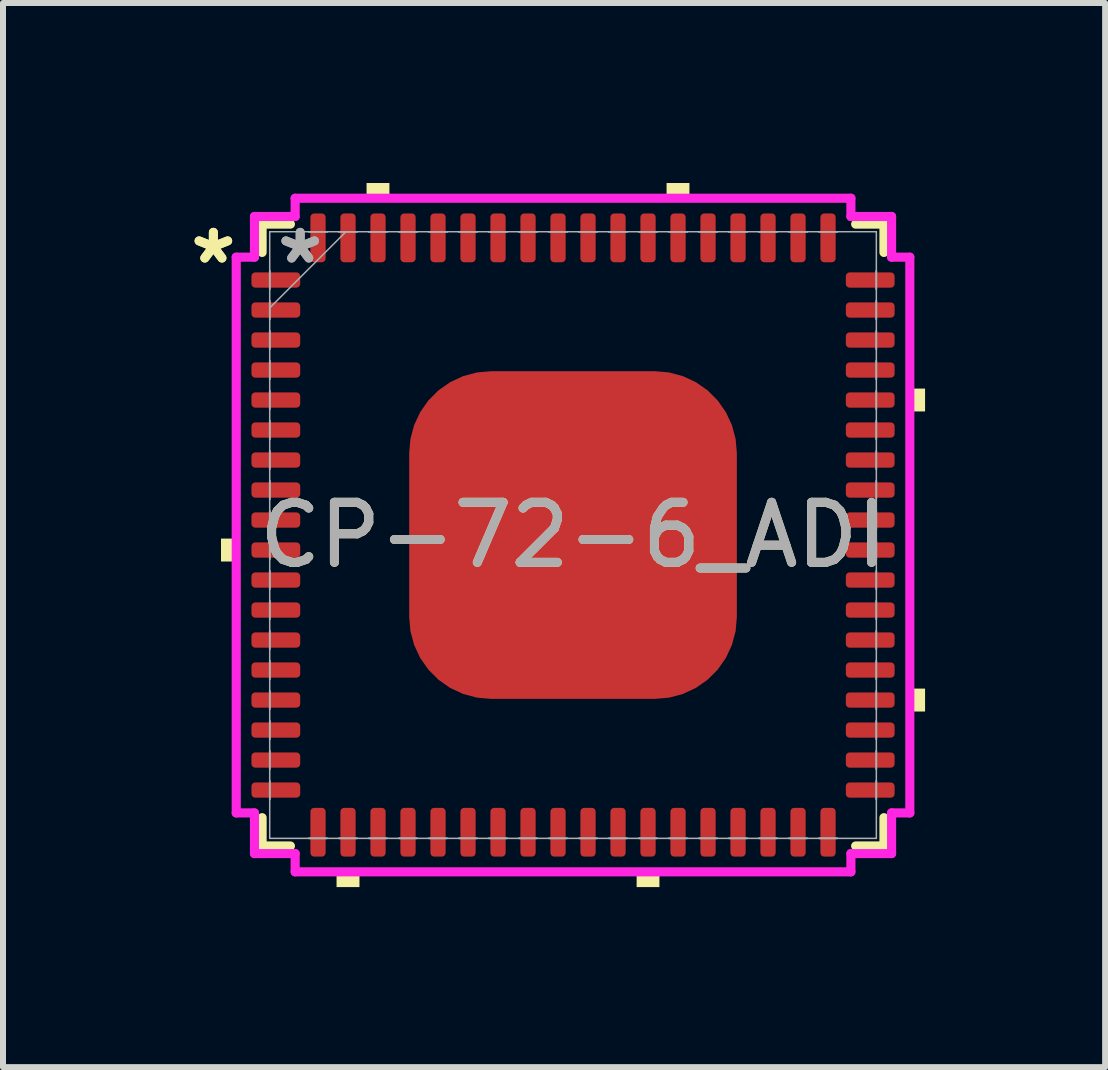
<source format=kicad_pcb>
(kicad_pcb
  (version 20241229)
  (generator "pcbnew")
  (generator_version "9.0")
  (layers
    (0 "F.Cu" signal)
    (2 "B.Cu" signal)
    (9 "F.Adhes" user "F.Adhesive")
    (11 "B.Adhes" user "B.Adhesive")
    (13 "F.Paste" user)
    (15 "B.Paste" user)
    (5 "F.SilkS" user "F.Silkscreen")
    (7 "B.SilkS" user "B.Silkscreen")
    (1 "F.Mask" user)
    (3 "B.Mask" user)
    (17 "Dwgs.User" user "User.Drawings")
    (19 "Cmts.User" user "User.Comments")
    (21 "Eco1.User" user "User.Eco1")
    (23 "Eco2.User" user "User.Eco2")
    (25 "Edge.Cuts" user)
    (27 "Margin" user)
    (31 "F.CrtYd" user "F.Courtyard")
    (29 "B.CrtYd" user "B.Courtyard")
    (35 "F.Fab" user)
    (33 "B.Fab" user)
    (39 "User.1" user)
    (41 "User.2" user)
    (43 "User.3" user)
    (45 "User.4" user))
  (footprint "CP-72-6_ADI"
    (layer "F.Cu")
    (at 6.5 5.867)
    (property "Reference" "CP-72-6_ADI" (at 0 0 0) (unlocked yes) (layer "F.SilkS") (effects (font (size 1 1) (thickness 0.15))))
    (attr smd)
    (fp_line (start -5.182 -5.182) (end -5.182 -4.71) (stroke (width 0.152) (type solid)) (layer "F.SilkS"))
    (fp_line (start -5.182 4.71) (end -5.182 5.182) (stroke (width 0.152) (type solid)) (layer "F.SilkS"))
    (fp_line (start -5.182 5.182) (end -4.71 5.182) (stroke (width 0.152) (type solid)) (layer "F.SilkS"))
    (fp_line (start -4.71 -5.182) (end -5.182 -5.182) (stroke (width 0.152) (type solid)) (layer "F.SilkS"))
    (fp_line (start 4.71 5.182) (end 5.182 5.182) (stroke (width 0.152) (type solid)) (layer "F.SilkS"))
    (fp_line (start 5.182 -5.182) (end 4.71 -5.182) (stroke (width 0.152) (type solid)) (layer "F.SilkS"))
    (fp_line (start 5.182 -4.71) (end 5.182 -5.182) (stroke (width 0.152) (type solid)) (layer "F.SilkS"))
    (fp_line (start 5.182 5.182) (end 5.182 4.71) (stroke (width 0.152) (type solid)) (layer "F.SilkS"))
    (fp_poly (pts (xy -5.867 0.059) (xy -5.867 0.441) (xy -5.613 0.441) (xy -5.613 0.059)) (stroke (width 0) (type solid)) (fill yes) (layer "F.SilkS"))
    (fp_poly (pts (xy -3.941 5.613) (xy -3.941 5.867) (xy -3.559 5.867) (xy -3.559 5.613)) (stroke (width 0) (type solid)) (fill yes) (layer "F.SilkS"))
    (fp_poly (pts (xy -3.441 -5.613) (xy -3.441 -5.867) (xy -3.06 -5.867) (xy -3.06 -5.613)) (stroke (width 0) (type solid)) (fill yes) (layer "F.SilkS"))
    (fp_poly (pts (xy 1.06 5.613) (xy 1.06 5.867) (xy 1.44 5.867) (xy 1.44 5.613)) (stroke (width 0) (type solid)) (fill yes) (layer "F.SilkS"))
    (fp_poly (pts (xy 1.559 -5.613) (xy 1.559 -5.867) (xy 1.94 -5.867) (xy 1.94 -5.613)) (stroke (width 0) (type solid)) (fill yes) (layer "F.SilkS"))
    (fp_poly (pts (xy 5.867 -2.441) (xy 5.867 -2.06) (xy 5.613 -2.06) (xy 5.613 -2.441)) (stroke (width 0) (type solid)) (fill yes) (layer "F.SilkS"))
    (fp_poly (pts (xy 5.867 2.559) (xy 5.867 2.941) (xy 5.613 2.941) (xy 5.613 2.559)) (stroke (width 0) (type solid)) (fill yes) (layer "F.SilkS"))
    (fp_poly (pts (xy -2.631 -2.631) (xy -2.631 -1.465) (xy -1.465 -1.465) (xy -1.465 -2.631)) (stroke (width 0) (type solid)) (fill yes) (layer "F.Paste"))
    (fp_poly (pts (xy -2.631 -1.265) (xy -2.631 -0.1) (xy -1.465 -0.1) (xy -1.465 -1.265)) (stroke (width 0) (type solid)) (fill yes) (layer "F.Paste"))
    (fp_poly (pts (xy -2.631 0.1) (xy -2.631 1.265) (xy -1.465 1.265) (xy -1.465 0.1)) (stroke (width 0) (type solid)) (fill yes) (layer "F.Paste"))
    (fp_poly (pts (xy -2.631 1.465) (xy -2.631 2.631) (xy -1.465 2.631) (xy -1.465 1.465)) (stroke (width 0) (type solid)) (fill yes) (layer "F.Paste"))
    (fp_poly (pts (xy -1.265 -2.631) (xy -1.265 -1.465) (xy -0.1 -1.465) (xy -0.1 -2.631)) (stroke (width 0) (type solid)) (fill yes) (layer "F.Paste"))
    (fp_poly (pts (xy -1.265 -1.265) (xy -1.265 -0.1) (xy -0.1 -0.1) (xy -0.1 -1.265)) (stroke (width 0) (type solid)) (fill yes) (layer "F.Paste"))
    (fp_poly (pts (xy -1.265 0.1) (xy -1.265 1.265) (xy -0.1 1.265) (xy -0.1 0.1)) (stroke (width 0) (type solid)) (fill yes) (layer "F.Paste"))
    (fp_poly (pts (xy -1.265 1.465) (xy -1.265 2.631) (xy -0.1 2.631) (xy -0.1 1.465)) (stroke (width 0) (type solid)) (fill yes) (layer "F.Paste"))
    (fp_poly (pts (xy 0.1 -2.631) (xy 0.1 -1.465) (xy 1.265 -1.465) (xy 1.265 -2.631)) (stroke (width 0) (type solid)) (fill yes) (layer "F.Paste"))
    (fp_poly (pts (xy 0.1 -1.265) (xy 0.1 -0.1) (xy 1.265 -0.1) (xy 1.265 -1.265)) (stroke (width 0) (type solid)) (fill yes) (layer "F.Paste"))
    (fp_poly (pts (xy 0.1 0.1) (xy 0.1 1.265) (xy 1.265 1.265) (xy 1.265 0.1)) (stroke (width 0) (type solid)) (fill yes) (layer "F.Paste"))
    (fp_poly (pts (xy 0.1 1.465) (xy 0.1 2.631) (xy 1.265 2.631) (xy 1.265 1.465)) (stroke (width 0) (type solid)) (fill yes) (layer "F.Paste"))
    (fp_poly (pts (xy 1.465 -2.631) (xy 1.465 -1.465) (xy 2.631 -1.465) (xy 2.631 -2.631)) (stroke (width 0) (type solid)) (fill yes) (layer "F.Paste"))
    (fp_poly (pts (xy 1.465 -1.265) (xy 1.465 -0.1) (xy 2.631 -0.1) (xy 2.631 -1.265)) (stroke (width 0) (type solid)) (fill yes) (layer "F.Paste"))
    (fp_poly (pts (xy 1.465 0.1) (xy 1.465 1.265) (xy 2.631 1.265) (xy 2.631 0.1)) (stroke (width 0) (type solid)) (fill yes) (layer "F.Paste"))
    (fp_poly (pts (xy 1.465 1.465) (xy 1.465 2.631) (xy 2.631 2.631) (xy 2.631 1.465)) (stroke (width 0) (type solid)) (fill yes) (layer "F.Paste"))
    (fp_line (start -5.613 -4.631) (end -5.309 -4.631) (stroke (width 0.152) (type solid)) (layer "F.CrtYd"))
    (fp_line (start -5.613 4.631) (end -5.613 -4.631) (stroke (width 0.152) (type solid)) (layer "F.CrtYd"))
    (fp_line (start -5.309 -5.309) (end -4.631 -5.309) (stroke (width 0.152) (type solid)) (layer "F.CrtYd"))
    (fp_line (start -5.309 -4.631) (end -5.309 -5.309) (stroke (width 0.152) (type solid)) (layer "F.CrtYd"))
    (fp_line (start -5.309 4.631) (end -5.613 4.631) (stroke (width 0.152) (type solid)) (layer "F.CrtYd"))
    (fp_line (start -5.309 5.309) (end -5.309 4.631) (stroke (width 0.152) (type solid)) (layer "F.CrtYd"))
    (fp_line (start -4.631 -5.613) (end 4.631 -5.613) (stroke (width 0.152) (type solid)) (layer "F.CrtYd"))
    (fp_line (start -4.631 -5.309) (end -4.631 -5.613) (stroke (width 0.152) (type solid)) (layer "F.CrtYd"))
    (fp_line (start -4.631 5.309) (end -5.309 5.309) (stroke (width 0.152) (type solid)) (layer "F.CrtYd"))
    (fp_line (start -4.631 5.613) (end -4.631 5.309) (stroke (width 0.152) (type solid)) (layer "F.CrtYd"))
    (fp_line (start 4.631 -5.613) (end 4.631 -5.309) (stroke (width 0.152) (type solid)) (layer "F.CrtYd"))
    (fp_line (start 4.631 -5.309) (end 5.309 -5.309) (stroke (width 0.152) (type solid)) (layer "F.CrtYd"))
    (fp_line (start 4.631 5.309) (end 4.631 5.613) (stroke (width 0.152) (type solid)) (layer "F.CrtYd"))
    (fp_line (start 4.631 5.613) (end -4.631 5.613) (stroke (width 0.152) (type solid)) (layer "F.CrtYd"))
    (fp_line (start 5.309 -5.309) (end 5.309 -4.631) (stroke (width 0.152) (type solid)) (layer "F.CrtYd"))
    (fp_line (start 5.309 -4.631) (end 5.613 -4.631) (stroke (width 0.152) (type solid)) (layer "F.CrtYd"))
    (fp_line (start 5.309 4.631) (end 5.309 5.309) (stroke (width 0.152) (type solid)) (layer "F.CrtYd"))
    (fp_line (start 5.309 5.309) (end 4.631 5.309) (stroke (width 0.152) (type solid)) (layer "F.CrtYd"))
    (fp_line (start 5.613 -4.631) (end 5.613 4.631) (stroke (width 0.152) (type solid)) (layer "F.CrtYd"))
    (fp_line (start 5.613 4.631) (end 5.309 4.631) (stroke (width 0.152) (type solid)) (layer "F.CrtYd"))
    (fp_line (start -5.055 -5.055) (end -5.055 -5.055) (stroke (width 0.025) (type solid)) (layer "F.Fab"))
    (fp_line (start -5.055 -5.055) (end -5.055 5.055) (stroke (width 0.025) (type solid)) (layer "F.Fab"))
    (fp_line (start -5.055 -4.402) (end -5.055 -4.402) (stroke (width 0.025) (type solid)) (layer "F.Fab"))
    (fp_line (start -5.055 -4.402) (end -5.055 -4.098) (stroke (width 0.025) (type solid)) (layer "F.Fab"))
    (fp_line (start -5.055 -4.098) (end -5.055 -4.402) (stroke (width 0.025) (type solid)) (layer "F.Fab"))
    (fp_line (start -5.055 -4.098) (end -5.055 -4.098) (stroke (width 0.025) (type solid)) (layer "F.Fab"))
    (fp_line (start -5.055 -3.902) (end -5.055 -3.902) (stroke (width 0.025) (type solid)) (layer "F.Fab"))
    (fp_line (start -5.055 -3.902) (end -5.055 -3.598) (stroke (width 0.025) (type solid)) (layer "F.Fab"))
    (fp_line (start -5.055 -3.785) (end -3.785 -5.055) (stroke (width 0.025) (type solid)) (layer "F.Fab"))
    (fp_line (start -5.055 -3.598) (end -5.055 -3.902) (stroke (width 0.025) (type solid)) (layer "F.Fab"))
    (fp_line (start -5.055 -3.598) (end -5.055 -3.598) (stroke (width 0.025) (type solid)) (layer "F.Fab"))
    (fp_line (start -5.055 -3.402) (end -5.055 -3.402) (stroke (width 0.025) (type solid)) (layer "F.Fab"))
    (fp_line (start -5.055 -3.402) (end -5.055 -3.098) (stroke (width 0.025) (type solid)) (layer "F.Fab"))
    (fp_line (start -5.055 -3.098) (end -5.055 -3.402) (stroke (width 0.025) (type solid)) (layer "F.Fab"))
    (fp_line (start -5.055 -3.098) (end -5.055 -3.098) (stroke (width 0.025) (type solid)) (layer "F.Fab"))
    (fp_line (start -5.055 -2.902) (end -5.055 -2.902) (stroke (width 0.025) (type solid)) (layer "F.Fab"))
    (fp_line (start -5.055 -2.902) (end -5.055 -2.598) (stroke (width 0.025) (type solid)) (layer "F.Fab"))
    (fp_line (start -5.055 -2.598) (end -5.055 -2.902) (stroke (width 0.025) (type solid)) (layer "F.Fab"))
    (fp_line (start -5.055 -2.598) (end -5.055 -2.598) (stroke (width 0.025) (type solid)) (layer "F.Fab"))
    (fp_line (start -5.055 -2.402) (end -5.055 -2.402) (stroke (width 0.025) (type solid)) (layer "F.Fab"))
    (fp_line (start -5.055 -2.402) (end -5.055 -2.098) (stroke (width 0.025) (type solid)) (layer "F.Fab"))
    (fp_line (start -5.055 -2.098) (end -5.055 -2.402) (stroke (width 0.025) (type solid)) (layer "F.Fab"))
    (fp_line (start -5.055 -2.098) (end -5.055 -2.098) (stroke (width 0.025) (type solid)) (layer "F.Fab"))
    (fp_line (start -5.055 -1.902) (end -5.055 -1.902) (stroke (width 0.025) (type solid)) (layer "F.Fab"))
    (fp_line (start -5.055 -1.902) (end -5.055 -1.598) (stroke (width 0.025) (type solid)) (layer "F.Fab"))
    (fp_line (start -5.055 -1.598) (end -5.055 -1.902) (stroke (width 0.025) (type solid)) (layer "F.Fab"))
    (fp_line (start -5.055 -1.598) (end -5.055 -1.598) (stroke (width 0.025) (type solid)) (layer "F.Fab"))
    (fp_line (start -5.055 -1.402) (end -5.055 -1.402) (stroke (width 0.025) (type solid)) (layer "F.Fab"))
    (fp_line (start -5.055 -1.402) (end -5.055 -1.098) (stroke (width 0.025) (type solid)) (layer "F.Fab"))
    (fp_line (start -5.055 -1.098) (end -5.055 -1.402) (stroke (width 0.025) (type solid)) (layer "F.Fab"))
    (fp_line (start -5.055 -1.098) (end -5.055 -1.098) (stroke (width 0.025) (type solid)) (layer "F.Fab"))
    (fp_line (start -5.055 -0.902) (end -5.055 -0.902) (stroke (width 0.025) (type solid)) (layer "F.Fab"))
    (fp_line (start -5.055 -0.902) (end -5.055 -0.598) (stroke (width 0.025) (type solid)) (layer "F.Fab"))
    (fp_line (start -5.055 -0.598) (end -5.055 -0.902) (stroke (width 0.025) (type solid)) (layer "F.Fab"))
    (fp_line (start -5.055 -0.598) (end -5.055 -0.598) (stroke (width 0.025) (type solid)) (layer "F.Fab"))
    (fp_line (start -5.055 -0.402) (end -5.055 -0.402) (stroke (width 0.025) (type solid)) (layer "F.Fab"))
    (fp_line (start -5.055 -0.402) (end -5.055 -0.098) (stroke (width 0.025) (type solid)) (layer "F.Fab"))
    (fp_line (start -5.055 -0.098) (end -5.055 -0.402) (stroke (width 0.025) (type solid)) (layer "F.Fab"))
    (fp_line (start -5.055 -0.098) (end -5.055 -0.098) (stroke (width 0.025) (type solid)) (layer "F.Fab"))
    (fp_line (start -5.055 0.098) (end -5.055 0.098) (stroke (width 0.025) (type solid)) (layer "F.Fab"))
    (fp_line (start -5.055 0.098) (end -5.055 0.402) (stroke (width 0.025) (type solid)) (layer "F.Fab"))
    (fp_line (start -5.055 0.402) (end -5.055 0.098) (stroke (width 0.025) (type solid)) (layer "F.Fab"))
    (fp_line (start -5.055 0.402) (end -5.055 0.402) (stroke (width 0.025) (type solid)) (layer "F.Fab"))
    (fp_line (start -5.055 0.598) (end -5.055 0.598) (stroke (width 0.025) (type solid)) (layer "F.Fab"))
    (fp_line (start -5.055 0.598) (end -5.055 0.902) (stroke (width 0.025) (type solid)) (layer "F.Fab"))
    (fp_line (start -5.055 0.902) (end -5.055 0.598) (stroke (width 0.025) (type solid)) (layer "F.Fab"))
    (fp_line (start -5.055 0.902) (end -5.055 0.902) (stroke (width 0.025) (type solid)) (layer "F.Fab"))
    (fp_line (start -5.055 1.098) (end -5.055 1.098) (stroke (width 0.025) (type solid)) (layer "F.Fab"))
    (fp_line (start -5.055 1.098) (end -5.055 1.402) (stroke (width 0.025) (type solid)) (layer "F.Fab"))
    (fp_line (start -5.055 1.402) (end -5.055 1.098) (stroke (width 0.025) (type solid)) (layer "F.Fab"))
    (fp_line (start -5.055 1.402) (end -5.055 1.402) (stroke (width 0.025) (type solid)) (layer "F.Fab"))
    (fp_line (start -5.055 1.598) (end -5.055 1.598) (stroke (width 0.025) (type solid)) (layer "F.Fab"))
    (fp_line (start -5.055 1.598) (end -5.055 1.902) (stroke (width 0.025) (type solid)) (layer "F.Fab"))
    (fp_line (start -5.055 1.902) (end -5.055 1.598) (stroke (width 0.025) (type solid)) (layer "F.Fab"))
    (fp_line (start -5.055 1.902) (end -5.055 1.902) (stroke (width 0.025) (type solid)) (layer "F.Fab"))
    (fp_line (start -5.055 2.098) (end -5.055 2.098) (stroke (width 0.025) (type solid)) (layer "F.Fab"))
    (fp_line (start -5.055 2.098) (end -5.055 2.402) (stroke (width 0.025) (type solid)) (layer "F.Fab"))
    (fp_line (start -5.055 2.402) (end -5.055 2.098) (stroke (width 0.025) (type solid)) (layer "F.Fab"))
    (fp_line (start -5.055 2.402) (end -5.055 2.402) (stroke (width 0.025) (type solid)) (layer "F.Fab"))
    (fp_line (start -5.055 2.598) (end -5.055 2.598) (stroke (width 0.025) (type solid)) (layer "F.Fab"))
    (fp_line (start -5.055 2.598) (end -5.055 2.902) (stroke (width 0.025) (type solid)) (layer "F.Fab"))
    (fp_line (start -5.055 2.902) (end -5.055 2.598) (stroke (width 0.025) (type solid)) (layer "F.Fab"))
    (fp_line (start -5.055 2.902) (end -5.055 2.902) (stroke (width 0.025) (type solid)) (layer "F.Fab"))
    (fp_line (start -5.055 3.098) (end -5.055 3.098) (stroke (width 0.025) (type solid)) (layer "F.Fab"))
    (fp_line (start -5.055 3.098) (end -5.055 3.402) (stroke (width 0.025) (type solid)) (layer "F.Fab"))
    (fp_line (start -5.055 3.402) (end -5.055 3.098) (stroke (width 0.025) (type solid)) (layer "F.Fab"))
    (fp_line (start -5.055 3.402) (end -5.055 3.402) (stroke (width 0.025) (type solid)) (layer "F.Fab"))
    (fp_line (start -5.055 3.598) (end -5.055 3.598) (stroke (width 0.025) (type solid)) (layer "F.Fab"))
    (fp_line (start -5.055 3.598) (end -5.055 3.902) (stroke (width 0.025) (type solid)) (layer "F.Fab"))
    (fp_line (start -5.055 3.902) (end -5.055 3.598) (stroke (width 0.025) (type solid)) (layer "F.Fab"))
    (fp_line (start -5.055 3.902) (end -5.055 3.902) (stroke (width 0.025) (type solid)) (layer "F.Fab"))
    (fp_line (start -5.055 4.098) (end -5.055 4.098) (stroke (width 0.025) (type solid)) (layer "F.Fab"))
    (fp_line (start -5.055 4.098) (end -5.055 4.402) (stroke (width 0.025) (type solid)) (layer "F.Fab"))
    (fp_line (start -5.055 4.402) (end -5.055 4.098) (stroke (width 0.025) (type solid)) (layer "F.Fab"))
    (fp_line (start -5.055 4.402) (end -5.055 4.402) (stroke (width 0.025) (type solid)) (layer "F.Fab"))
    (fp_line (start -5.055 5.055) (end -5.055 5.055) (stroke (width 0.025) (type solid)) (layer "F.Fab"))
    (fp_line (start -5.055 5.055) (end 5.055 5.055) (stroke (width 0.025) (type solid)) (layer "F.Fab"))
    (fp_line (start -4.402 -5.055) (end -4.402 -5.055) (stroke (width 0.025) (type solid)) (layer "F.Fab"))
    (fp_line (start -4.402 -5.055) (end -4.098 -5.055) (stroke (width 0.025) (type solid)) (layer "F.Fab"))
    (fp_line (start -4.402 5.055) (end -4.402 5.055) (stroke (width 0.025) (type solid)) (layer "F.Fab"))
    (fp_line (start -4.402 5.055) (end -4.098 5.055) (stroke (width 0.025) (type solid)) (layer "F.Fab"))
    (fp_line (start -4.098 -5.055) (end -4.402 -5.055) (stroke (width 0.025) (type solid)) (layer "F.Fab"))
    (fp_line (start -4.098 -5.055) (end -4.098 -5.055) (stroke (width 0.025) (type solid)) (layer "F.Fab"))
    (fp_line (start -4.098 5.055) (end -4.402 5.055) (stroke (width 0.025) (type solid)) (layer "F.Fab"))
    (fp_line (start -4.098 5.055) (end -4.098 5.055) (stroke (width 0.025) (type solid)) (layer "F.Fab"))
    (fp_line (start -3.902 -5.055) (end -3.902 -5.055) (stroke (width 0.025) (type solid)) (layer "F.Fab"))
    (fp_line (start -3.902 -5.055) (end -3.598 -5.055) (stroke (width 0.025) (type solid)) (layer "F.Fab"))
    (fp_line (start -3.902 5.055) (end -3.902 5.055) (stroke (width 0.025) (type solid)) (layer "F.Fab"))
    (fp_line (start -3.902 5.055) (end -3.598 5.055) (stroke (width 0.025) (type solid)) (layer "F.Fab"))
    (fp_line (start -3.598 -5.055) (end -3.902 -5.055) (stroke (width 0.025) (type solid)) (layer "F.Fab"))
    (fp_line (start -3.598 -5.055) (end -3.598 -5.055) (stroke (width 0.025) (type solid)) (layer "F.Fab"))
    (fp_line (start -3.598 5.055) (end -3.902 5.055) (stroke (width 0.025) (type solid)) (layer "F.Fab"))
    (fp_line (start -3.598 5.055) (end -3.598 5.055) (stroke (width 0.025) (type solid)) (layer "F.Fab"))
    (fp_line (start -3.402 -5.055) (end -3.402 -5.055) (stroke (width 0.025) (type solid)) (layer "F.Fab"))
    (fp_line (start -3.402 -5.055) (end -3.098 -5.055) (stroke (width 0.025) (type solid)) (layer "F.Fab"))
    (fp_line (start -3.402 5.055) (end -3.402 5.055) (stroke (width 0.025) (type solid)) (layer "F.Fab"))
    (fp_line (start -3.402 5.055) (end -3.098 5.055) (stroke (width 0.025) (type solid)) (layer "F.Fab"))
    (fp_line (start -3.098 -5.055) (end -3.402 -5.055) (stroke (width 0.025) (type solid)) (layer "F.Fab"))
    (fp_line (start -3.098 -5.055) (end -3.098 -5.055) (stroke (width 0.025) (type solid)) (layer "F.Fab"))
    (fp_line (start -3.098 5.055) (end -3.402 5.055) (stroke (width 0.025) (type solid)) (layer "F.Fab"))
    (fp_line (start -3.098 5.055) (end -3.098 5.055) (stroke (width 0.025) (type solid)) (layer "F.Fab"))
    (fp_line (start -2.902 -5.055) (end -2.902 -5.055) (stroke (width 0.025) (type solid)) (layer "F.Fab"))
    (fp_line (start -2.902 -5.055) (end -2.598 -5.055) (stroke (width 0.025) (type solid)) (layer "F.Fab"))
    (fp_line (start -2.902 5.055) (end -2.902 5.055) (stroke (width 0.025) (type solid)) (layer "F.Fab"))
    (fp_line (start -2.902 5.055) (end -2.598 5.055) (stroke (width 0.025) (type solid)) (layer "F.Fab"))
    (fp_line (start -2.598 -5.055) (end -2.902 -5.055) (stroke (width 0.025) (type solid)) (layer "F.Fab"))
    (fp_line (start -2.598 -5.055) (end -2.598 -5.055) (stroke (width 0.025) (type solid)) (layer "F.Fab"))
    (fp_line (start -2.598 5.055) (end -2.902 5.055) (stroke (width 0.025) (type solid)) (layer "F.Fab"))
    (fp_line (start -2.598 5.055) (end -2.598 5.055) (stroke (width 0.025) (type solid)) (layer "F.Fab"))
    (fp_line (start -2.402 -5.055) (end -2.402 -5.055) (stroke (width 0.025) (type solid)) (layer "F.Fab"))
    (fp_line (start -2.402 -5.055) (end -2.098 -5.055) (stroke (width 0.025) (type solid)) (layer "F.Fab"))
    (fp_line (start -2.402 5.055) (end -2.402 5.055) (stroke (width 0.025) (type solid)) (layer "F.Fab"))
    (fp_line (start -2.402 5.055) (end -2.098 5.055) (stroke (width 0.025) (type solid)) (layer "F.Fab"))
    (fp_line (start -2.098 -5.055) (end -2.402 -5.055) (stroke (width 0.025) (type solid)) (layer "F.Fab"))
    (fp_line (start -2.098 -5.055) (end -2.098 -5.055) (stroke (width 0.025) (type solid)) (layer "F.Fab"))
    (fp_line (start -2.098 5.055) (end -2.402 5.055) (stroke (width 0.025) (type solid)) (layer "F.Fab"))
    (fp_line (start -2.098 5.055) (end -2.098 5.055) (stroke (width 0.025) (type solid)) (layer "F.Fab"))
    (fp_line (start -1.902 -5.055) (end -1.902 -5.055) (stroke (width 0.025) (type solid)) (layer "F.Fab"))
    (fp_line (start -1.902 -5.055) (end -1.598 -5.055) (stroke (width 0.025) (type solid)) (layer "F.Fab"))
    (fp_line (start -1.902 5.055) (end -1.902 5.055) (stroke (width 0.025) (type solid)) (layer "F.Fab"))
    (fp_line (start -1.902 5.055) (end -1.598 5.055) (stroke (width 0.025) (type solid)) (layer "F.Fab"))
    (fp_line (start -1.598 -5.055) (end -1.902 -5.055) (stroke (width 0.025) (type solid)) (layer "F.Fab"))
    (fp_line (start -1.598 -5.055) (end -1.598 -5.055) (stroke (width 0.025) (type solid)) (layer "F.Fab"))
    (fp_line (start -1.598 5.055) (end -1.902 5.055) (stroke (width 0.025) (type solid)) (layer "F.Fab"))
    (fp_line (start -1.598 5.055) (end -1.598 5.055) (stroke (width 0.025) (type solid)) (layer "F.Fab"))
    (fp_line (start -1.402 -5.055) (end -1.402 -5.055) (stroke (width 0.025) (type solid)) (layer "F.Fab"))
    (fp_line (start -1.402 -5.055) (end -1.098 -5.055) (stroke (width 0.025) (type solid)) (layer "F.Fab"))
    (fp_line (start -1.402 5.055) (end -1.402 5.055) (stroke (width 0.025) (type solid)) (layer "F.Fab"))
    (fp_line (start -1.402 5.055) (end -1.098 5.055) (stroke (width 0.025) (type solid)) (layer "F.Fab"))
    (fp_line (start -1.098 -5.055) (end -1.402 -5.055) (stroke (width 0.025) (type solid)) (layer "F.Fab"))
    (fp_line (start -1.098 -5.055) (end -1.098 -5.055) (stroke (width 0.025) (type solid)) (layer "F.Fab"))
    (fp_line (start -1.098 5.055) (end -1.402 5.055) (stroke (width 0.025) (type solid)) (layer "F.Fab"))
    (fp_line (start -1.098 5.055) (end -1.098 5.055) (stroke (width 0.025) (type solid)) (layer "F.Fab"))
    (fp_line (start -0.902 -5.055) (end -0.902 -5.055) (stroke (width 0.025) (type solid)) (layer "F.Fab"))
    (fp_line (start -0.902 -5.055) (end -0.598 -5.055) (stroke (width 0.025) (type solid)) (layer "F.Fab"))
    (fp_line (start -0.902 5.055) (end -0.902 5.055) (stroke (width 0.025) (type solid)) (layer "F.Fab"))
    (fp_line (start -0.902 5.055) (end -0.598 5.055) (stroke (width 0.025) (type solid)) (layer "F.Fab"))
    (fp_line (start -0.598 -5.055) (end -0.902 -5.055) (stroke (width 0.025) (type solid)) (layer "F.Fab"))
    (fp_line (start -0.598 -5.055) (end -0.598 -5.055) (stroke (width 0.025) (type solid)) (layer "F.Fab"))
    (fp_line (start -0.598 5.055) (end -0.902 5.055) (stroke (width 0.025) (type solid)) (layer "F.Fab"))
    (fp_line (start -0.598 5.055) (end -0.598 5.055) (stroke (width 0.025) (type solid)) (layer "F.Fab"))
    (fp_line (start -0.402 -5.055) (end -0.402 -5.055) (stroke (width 0.025) (type solid)) (layer "F.Fab"))
    (fp_line (start -0.402 -5.055) (end -0.098 -5.055) (stroke (width 0.025) (type solid)) (layer "F.Fab"))
    (fp_line (start -0.402 5.055) (end -0.402 5.055) (stroke (width 0.025) (type solid)) (layer "F.Fab"))
    (fp_line (start -0.402 5.055) (end -0.098 5.055) (stroke (width 0.025) (type solid)) (layer "F.Fab"))
    (fp_line (start -0.098 -5.055) (end -0.402 -5.055) (stroke (width 0.025) (type solid)) (layer "F.Fab"))
    (fp_line (start -0.098 -5.055) (end -0.098 -5.055) (stroke (width 0.025) (type solid)) (layer "F.Fab"))
    (fp_line (start -0.098 5.055) (end -0.402 5.055) (stroke (width 0.025) (type solid)) (layer "F.Fab"))
    (fp_line (start -0.098 5.055) (end -0.098 5.055) (stroke (width 0.025) (type solid)) (layer "F.Fab"))
    (fp_line (start 0.098 -5.055) (end 0.098 -5.055) (stroke (width 0.025) (type solid)) (layer "F.Fab"))
    (fp_line (start 0.098 -5.055) (end 0.402 -5.055) (stroke (width 0.025) (type solid)) (layer "F.Fab"))
    (fp_line (start 0.098 5.055) (end 0.098 5.055) (stroke (width 0.025) (type solid)) (layer "F.Fab"))
    (fp_line (start 0.098 5.055) (end 0.402 5.055) (stroke (width 0.025) (type solid)) (layer "F.Fab"))
    (fp_line (start 0.402 -5.055) (end 0.098 -5.055) (stroke (width 0.025) (type solid)) (layer "F.Fab"))
    (fp_line (start 0.402 -5.055) (end 0.402 -5.055) (stroke (width 0.025) (type solid)) (layer "F.Fab"))
    (fp_line (start 0.402 5.055) (end 0.098 5.055) (stroke (width 0.025) (type solid)) (layer "F.Fab"))
    (fp_line (start 0.402 5.055) (end 0.402 5.055) (stroke (width 0.025) (type solid)) (layer "F.Fab"))
    (fp_line (start 0.598 -5.055) (end 0.598 -5.055) (stroke (width 0.025) (type solid)) (layer "F.Fab"))
    (fp_line (start 0.598 -5.055) (end 0.902 -5.055) (stroke (width 0.025) (type solid)) (layer "F.Fab"))
    (fp_line (start 0.598 5.055) (end 0.598 5.055) (stroke (width 0.025) (type solid)) (layer "F.Fab"))
    (fp_line (start 0.598 5.055) (end 0.902 5.055) (stroke (width 0.025) (type solid)) (layer "F.Fab"))
    (fp_line (start 0.902 -5.055) (end 0.598 -5.055) (stroke (width 0.025) (type solid)) (layer "F.Fab"))
    (fp_line (start 0.902 -5.055) (end 0.902 -5.055) (stroke (width 0.025) (type solid)) (layer "F.Fab"))
    (fp_line (start 0.902 5.055) (end 0.598 5.055) (stroke (width 0.025) (type solid)) (layer "F.Fab"))
    (fp_line (start 0.902 5.055) (end 0.902 5.055) (stroke (width 0.025) (type solid)) (layer "F.Fab"))
    (fp_line (start 1.098 -5.055) (end 1.098 -5.055) (stroke (width 0.025) (type solid)) (layer "F.Fab"))
    (fp_line (start 1.098 -5.055) (end 1.402 -5.055) (stroke (width 0.025) (type solid)) (layer "F.Fab"))
    (fp_line (start 1.098 5.055) (end 1.098 5.055) (stroke (width 0.025) (type solid)) (layer "F.Fab"))
    (fp_line (start 1.098 5.055) (end 1.402 5.055) (stroke (width 0.025) (type solid)) (layer "F.Fab"))
    (fp_line (start 1.402 -5.055) (end 1.098 -5.055) (stroke (width 0.025) (type solid)) (layer "F.Fab"))
    (fp_line (start 1.402 -5.055) (end 1.402 -5.055) (stroke (width 0.025) (type solid)) (layer "F.Fab"))
    (fp_line (start 1.402 5.055) (end 1.098 5.055) (stroke (width 0.025) (type solid)) (layer "F.Fab"))
    (fp_line (start 1.402 5.055) (end 1.402 5.055) (stroke (width 0.025) (type solid)) (layer "F.Fab"))
    (fp_line (start 1.598 -5.055) (end 1.598 -5.055) (stroke (width 0.025) (type solid)) (layer "F.Fab"))
    (fp_line (start 1.598 -5.055) (end 1.902 -5.055) (stroke (width 0.025) (type solid)) (layer "F.Fab"))
    (fp_line (start 1.598 5.055) (end 1.598 5.055) (stroke (width 0.025) (type solid)) (layer "F.Fab"))
    (fp_line (start 1.598 5.055) (end 1.902 5.055) (stroke (width 0.025) (type solid)) (layer "F.Fab"))
    (fp_line (start 1.902 -5.055) (end 1.598 -5.055) (stroke (width 0.025) (type solid)) (layer "F.Fab"))
    (fp_line (start 1.902 -5.055) (end 1.902 -5.055) (stroke (width 0.025) (type solid)) (layer "F.Fab"))
    (fp_line (start 1.902 5.055) (end 1.598 5.055) (stroke (width 0.025) (type solid)) (layer "F.Fab"))
    (fp_line (start 1.902 5.055) (end 1.902 5.055) (stroke (width 0.025) (type solid)) (layer "F.Fab"))
    (fp_line (start 2.098 -5.055) (end 2.098 -5.055) (stroke (width 0.025) (type solid)) (layer "F.Fab"))
    (fp_line (start 2.098 -5.055) (end 2.402 -5.055) (stroke (width 0.025) (type solid)) (layer "F.Fab"))
    (fp_line (start 2.098 5.055) (end 2.098 5.055) (stroke (width 0.025) (type solid)) (layer "F.Fab"))
    (fp_line (start 2.098 5.055) (end 2.402 5.055) (stroke (width 0.025) (type solid)) (layer "F.Fab"))
    (fp_line (start 2.402 -5.055) (end 2.098 -5.055) (stroke (width 0.025) (type solid)) (layer "F.Fab"))
    (fp_line (start 2.402 -5.055) (end 2.402 -5.055) (stroke (width 0.025) (type solid)) (layer "F.Fab"))
    (fp_line (start 2.402 5.055) (end 2.098 5.055) (stroke (width 0.025) (type solid)) (layer "F.Fab"))
    (fp_line (start 2.402 5.055) (end 2.402 5.055) (stroke (width 0.025) (type solid)) (layer "F.Fab"))
    (fp_line (start 2.598 -5.055) (end 2.598 -5.055) (stroke (width 0.025) (type solid)) (layer "F.Fab"))
    (fp_line (start 2.598 -5.055) (end 2.902 -5.055) (stroke (width 0.025) (type solid)) (layer "F.Fab"))
    (fp_line (start 2.598 5.055) (end 2.598 5.055) (stroke (width 0.025) (type solid)) (layer "F.Fab"))
    (fp_line (start 2.598 5.055) (end 2.902 5.055) (stroke (width 0.025) (type solid)) (layer "F.Fab"))
    (fp_line (start 2.902 -5.055) (end 2.598 -5.055) (stroke (width 0.025) (type solid)) (layer "F.Fab"))
    (fp_line (start 2.902 -5.055) (end 2.902 -5.055) (stroke (width 0.025) (type solid)) (layer "F.Fab"))
    (fp_line (start 2.902 5.055) (end 2.598 5.055) (stroke (width 0.025) (type solid)) (layer "F.Fab"))
    (fp_line (start 2.902 5.055) (end 2.902 5.055) (stroke (width 0.025) (type solid)) (layer "F.Fab"))
    (fp_line (start 3.098 -5.055) (end 3.098 -5.055) (stroke (width 0.025) (type solid)) (layer "F.Fab"))
    (fp_line (start 3.098 -5.055) (end 3.402 -5.055) (stroke (width 0.025) (type solid)) (layer "F.Fab"))
    (fp_line (start 3.098 5.055) (end 3.098 5.055) (stroke (width 0.025) (type solid)) (layer "F.Fab"))
    (fp_line (start 3.098 5.055) (end 3.402 5.055) (stroke (width 0.025) (type solid)) (layer "F.Fab"))
    (fp_line (start 3.402 -5.055) (end 3.098 -5.055) (stroke (width 0.025) (type solid)) (layer "F.Fab"))
    (fp_line (start 3.402 -5.055) (end 3.402 -5.055) (stroke (width 0.025) (type solid)) (layer "F.Fab"))
    (fp_line (start 3.402 5.055) (end 3.098 5.055) (stroke (width 0.025) (type solid)) (layer "F.Fab"))
    (fp_line (start 3.402 5.055) (end 3.402 5.055) (stroke (width 0.025) (type solid)) (layer "F.Fab"))
    (fp_line (start 3.598 -5.055) (end 3.598 -5.055) (stroke (width 0.025) (type solid)) (layer "F.Fab"))
    (fp_line (start 3.598 -5.055) (end 3.902 -5.055) (stroke (width 0.025) (type solid)) (layer "F.Fab"))
    (fp_line (start 3.598 5.055) (end 3.598 5.055) (stroke (width 0.025) (type solid)) (layer "F.Fab"))
    (fp_line (start 3.598 5.055) (end 3.902 5.055) (stroke (width 0.025) (type solid)) (layer "F.Fab"))
    (fp_line (start 3.902 -5.055) (end 3.598 -5.055) (stroke (width 0.025) (type solid)) (layer "F.Fab"))
    (fp_line (start 3.902 -5.055) (end 3.902 -5.055) (stroke (width 0.025) (type solid)) (layer "F.Fab"))
    (fp_line (start 3.902 5.055) (end 3.598 5.055) (stroke (width 0.025) (type solid)) (layer "F.Fab"))
    (fp_line (start 3.902 5.055) (end 3.902 5.055) (stroke (width 0.025) (type solid)) (layer "F.Fab"))
    (fp_line (start 4.098 -5.055) (end 4.098 -5.055) (stroke (width 0.025) (type solid)) (layer "F.Fab"))
    (fp_line (start 4.098 -5.055) (end 4.402 -5.055) (stroke (width 0.025) (type solid)) (layer "F.Fab"))
    (fp_line (start 4.098 5.055) (end 4.098 5.055) (stroke (width 0.025) (type solid)) (layer "F.Fab"))
    (fp_line (start 4.098 5.055) (end 4.402 5.055) (stroke (width 0.025) (type solid)) (layer "F.Fab"))
    (fp_line (start 4.402 -5.055) (end 4.098 -5.055) (stroke (width 0.025) (type solid)) (layer "F.Fab"))
    (fp_line (start 4.402 -5.055) (end 4.402 -5.055) (stroke (width 0.025) (type solid)) (layer "F.Fab"))
    (fp_line (start 4.402 5.055) (end 4.098 5.055) (stroke (width 0.025) (type solid)) (layer "F.Fab"))
    (fp_line (start 4.402 5.055) (end 4.402 5.055) (stroke (width 0.025) (type solid)) (layer "F.Fab"))
    (fp_line (start 5.055 -5.055) (end -5.055 -5.055) (stroke (width 0.025) (type solid)) (layer "F.Fab"))
    (fp_line (start 5.055 -5.055) (end 5.055 -5.055) (stroke (width 0.025) (type solid)) (layer "F.Fab"))
    (fp_line (start 5.055 -4.402) (end 5.055 -4.402) (stroke (width 0.025) (type solid)) (layer "F.Fab"))
    (fp_line (start 5.055 -4.402) (end 5.055 -4.098) (stroke (width 0.025) (type solid)) (layer "F.Fab"))
    (fp_line (start 5.055 -4.098) (end 5.055 -4.402) (stroke (width 0.025) (type solid)) (layer "F.Fab"))
    (fp_line (start 5.055 -4.098) (end 5.055 -4.098) (stroke (width 0.025) (type solid)) (layer "F.Fab"))
    (fp_line (start 5.055 -3.902) (end 5.055 -3.902) (stroke (width 0.025) (type solid)) (layer "F.Fab"))
    (fp_line (start 5.055 -3.902) (end 5.055 -3.598) (stroke (width 0.025) (type solid)) (layer "F.Fab"))
    (fp_line (start 5.055 -3.598) (end 5.055 -3.902) (stroke (width 0.025) (type solid)) (layer "F.Fab"))
    (fp_line (start 5.055 -3.598) (end 5.055 -3.598) (stroke (width 0.025) (type solid)) (layer "F.Fab"))
    (fp_line (start 5.055 -3.402) (end 5.055 -3.402) (stroke (width 0.025) (type solid)) (layer "F.Fab"))
    (fp_line (start 5.055 -3.402) (end 5.055 -3.098) (stroke (width 0.025) (type solid)) (layer "F.Fab"))
    (fp_line (start 5.055 -3.098) (end 5.055 -3.402) (stroke (width 0.025) (type solid)) (layer "F.Fab"))
    (fp_line (start 5.055 -3.098) (end 5.055 -3.098) (stroke (width 0.025) (type solid)) (layer "F.Fab"))
    (fp_line (start 5.055 -2.902) (end 5.055 -2.902) (stroke (width 0.025) (type solid)) (layer "F.Fab"))
    (fp_line (start 5.055 -2.902) (end 5.055 -2.598) (stroke (width 0.025) (type solid)) (layer "F.Fab"))
    (fp_line (start 5.055 -2.598) (end 5.055 -2.902) (stroke (width 0.025) (type solid)) (layer "F.Fab"))
    (fp_line (start 5.055 -2.598) (end 5.055 -2.598) (stroke (width 0.025) (type solid)) (layer "F.Fab"))
    (fp_line (start 5.055 -2.402) (end 5.055 -2.402) (stroke (width 0.025) (type solid)) (layer "F.Fab"))
    (fp_line (start 5.055 -2.402) (end 5.055 -2.098) (stroke (width 0.025) (type solid)) (layer "F.Fab"))
    (fp_line (start 5.055 -2.098) (end 5.055 -2.402) (stroke (width 0.025) (type solid)) (layer "F.Fab"))
    (fp_line (start 5.055 -2.098) (end 5.055 -2.098) (stroke (width 0.025) (type solid)) (layer "F.Fab"))
    (fp_line (start 5.055 -1.902) (end 5.055 -1.902) (stroke (width 0.025) (type solid)) (layer "F.Fab"))
    (fp_line (start 5.055 -1.902) (end 5.055 -1.598) (stroke (width 0.025) (type solid)) (layer "F.Fab"))
    (fp_line (start 5.055 -1.598) (end 5.055 -1.902) (stroke (width 0.025) (type solid)) (layer "F.Fab"))
    (fp_line (start 5.055 -1.598) (end 5.055 -1.598) (stroke (width 0.025) (type solid)) (layer "F.Fab"))
    (fp_line (start 5.055 -1.402) (end 5.055 -1.402) (stroke (width 0.025) (type solid)) (layer "F.Fab"))
    (fp_line (start 5.055 -1.402) (end 5.055 -1.098) (stroke (width 0.025) (type solid)) (layer "F.Fab"))
    (fp_line (start 5.055 -1.098) (end 5.055 -1.402) (stroke (width 0.025) (type solid)) (layer "F.Fab"))
    (fp_line (start 5.055 -1.098) (end 5.055 -1.098) (stroke (width 0.025) (type solid)) (layer "F.Fab"))
    (fp_line (start 5.055 -0.902) (end 5.055 -0.902) (stroke (width 0.025) (type solid)) (layer "F.Fab"))
    (fp_line (start 5.055 -0.902) (end 5.055 -0.598) (stroke (width 0.025) (type solid)) (layer "F.Fab"))
    (fp_line (start 5.055 -0.598) (end 5.055 -0.902) (stroke (width 0.025) (type solid)) (layer "F.Fab"))
    (fp_line (start 5.055 -0.598) (end 5.055 -0.598) (stroke (width 0.025) (type solid)) (layer "F.Fab"))
    (fp_line (start 5.055 -0.402) (end 5.055 -0.402) (stroke (width 0.025) (type solid)) (layer "F.Fab"))
    (fp_line (start 5.055 -0.402) (end 5.055 -0.098) (stroke (width 0.025) (type solid)) (layer "F.Fab"))
    (fp_line (start 5.055 -0.098) (end 5.055 -0.402) (stroke (width 0.025) (type solid)) (layer "F.Fab"))
    (fp_line (start 5.055 -0.098) (end 5.055 -0.098) (stroke (width 0.025) (type solid)) (layer "F.Fab"))
    (fp_line (start 5.055 0.098) (end 5.055 0.098) (stroke (width 0.025) (type solid)) (layer "F.Fab"))
    (fp_line (start 5.055 0.098) (end 5.055 0.402) (stroke (width 0.025) (type solid)) (layer "F.Fab"))
    (fp_line (start 5.055 0.402) (end 5.055 0.098) (stroke (width 0.025) (type solid)) (layer "F.Fab"))
    (fp_line (start 5.055 0.402) (end 5.055 0.402) (stroke (width 0.025) (type solid)) (layer "F.Fab"))
    (fp_line (start 5.055 0.598) (end 5.055 0.598) (stroke (width 0.025) (type solid)) (layer "F.Fab"))
    (fp_line (start 5.055 0.598) (end 5.055 0.902) (stroke (width 0.025) (type solid)) (layer "F.Fab"))
    (fp_line (start 5.055 0.902) (end 5.055 0.598) (stroke (width 0.025) (type solid)) (layer "F.Fab"))
    (fp_line (start 5.055 0.902) (end 5.055 0.902) (stroke (width 0.025) (type solid)) (layer "F.Fab"))
    (fp_line (start 5.055 1.098) (end 5.055 1.098) (stroke (width 0.025) (type solid)) (layer "F.Fab"))
    (fp_line (start 5.055 1.098) (end 5.055 1.402) (stroke (width 0.025) (type solid)) (layer "F.Fab"))
    (fp_line (start 5.055 1.402) (end 5.055 1.098) (stroke (width 0.025) (type solid)) (layer "F.Fab"))
    (fp_line (start 5.055 1.402) (end 5.055 1.402) (stroke (width 0.025) (type solid)) (layer "F.Fab"))
    (fp_line (start 5.055 1.598) (end 5.055 1.598) (stroke (width 0.025) (type solid)) (layer "F.Fab"))
    (fp_line (start 5.055 1.598) (end 5.055 1.902) (stroke (width 0.025) (type solid)) (layer "F.Fab"))
    (fp_line (start 5.055 1.902) (end 5.055 1.598) (stroke (width 0.025) (type solid)) (layer "F.Fab"))
    (fp_line (start 5.055 1.902) (end 5.055 1.902) (stroke (width 0.025) (type solid)) (layer "F.Fab"))
    (fp_line (start 5.055 2.098) (end 5.055 2.098) (stroke (width 0.025) (type solid)) (layer "F.Fab"))
    (fp_line (start 5.055 2.098) (end 5.055 2.402) (stroke (width 0.025) (type solid)) (layer "F.Fab"))
    (fp_line (start 5.055 2.402) (end 5.055 2.098) (stroke (width 0.025) (type solid)) (layer "F.Fab"))
    (fp_line (start 5.055 2.402) (end 5.055 2.402) (stroke (width 0.025) (type solid)) (layer "F.Fab"))
    (fp_line (start 5.055 2.598) (end 5.055 2.598) (stroke (width 0.025) (type solid)) (layer "F.Fab"))
    (fp_line (start 5.055 2.598) (end 5.055 2.902) (stroke (width 0.025) (type solid)) (layer "F.Fab"))
    (fp_line (start 5.055 2.902) (end 5.055 2.598) (stroke (width 0.025) (type solid)) (layer "F.Fab"))
    (fp_line (start 5.055 2.902) (end 5.055 2.902) (stroke (width 0.025) (type solid)) (layer "F.Fab"))
    (fp_line (start 5.055 3.098) (end 5.055 3.098) (stroke (width 0.025) (type solid)) (layer "F.Fab"))
    (fp_line (start 5.055 3.098) (end 5.055 3.402) (stroke (width 0.025) (type solid)) (layer "F.Fab"))
    (fp_line (start 5.055 3.402) (end 5.055 3.098) (stroke (width 0.025) (type solid)) (layer "F.Fab"))
    (fp_line (start 5.055 3.402) (end 5.055 3.402) (stroke (width 0.025) (type solid)) (layer "F.Fab"))
    (fp_line (start 5.055 3.598) (end 5.055 3.598) (stroke (width 0.025) (type solid)) (layer "F.Fab"))
    (fp_line (start 5.055 3.598) (end 5.055 3.902) (stroke (width 0.025) (type solid)) (layer "F.Fab"))
    (fp_line (start 5.055 3.902) (end 5.055 3.598) (stroke (width 0.025) (type solid)) (layer "F.Fab"))
    (fp_line (start 5.055 3.902) (end 5.055 3.902) (stroke (width 0.025) (type solid)) (layer "F.Fab"))
    (fp_line (start 5.055 4.098) (end 5.055 4.098) (stroke (width 0.025) (type solid)) (layer "F.Fab"))
    (fp_line (start 5.055 4.098) (end 5.055 4.402) (stroke (width 0.025) (type solid)) (layer "F.Fab"))
    (fp_line (start 5.055 4.402) (end 5.055 4.098) (stroke (width 0.025) (type solid)) (layer "F.Fab"))
    (fp_line (start 5.055 4.402) (end 5.055 4.402) (stroke (width 0.025) (type solid)) (layer "F.Fab"))
    (fp_line (start 5.055 5.055) (end 5.055 -5.055) (stroke (width 0.025) (type solid)) (layer "F.Fab"))
    (fp_line (start 5.055 5.055) (end 5.055 5.055) (stroke (width 0.025) (type solid)) (layer "F.Fab"))
    (fp_text user "*" (at -5.994 -4.5 0) (layer "F.SilkS") (effects (font (size 1 1) (thickness 0.15))))
    (fp_text user "*" (at -5.994 -4.5 0) (unlocked yes) (layer "F.SilkS") (effects (font (size 1 1) (thickness 0.15))))
    (fp_text user "*" (at -4.547 -4.5 0) (layer "F.Fab") (effects (font (size 1 1) (thickness 0.15))))
    (fp_text user "${REFERENCE}" (at 0 0 0) (unlocked yes) (layer "F.Fab") (effects (font (size 1 1) (thickness 0.15))))
    (fp_text user "*" (at -4.547 -4.5 0) (unlocked yes) (layer "F.Fab") (effects (font (size 1 1) (thickness 0.15))))
    (pad "1" smd roundrect (at -4.953 -4.25 90) (size 0.254 0.813) (layers "F.Cu" "F.Mask" "F.Paste") (roundrect_rratio 0.25))
    (pad "2" smd roundrect (at -4.953 -3.75 90) (size 0.254 0.813) (layers "F.Cu" "F.Mask" "F.Paste") (roundrect_rratio 0.25))
    (pad "3" smd roundrect (at -4.953 -3.25 90) (size 0.254 0.813) (layers "F.Cu" "F.Mask" "F.Paste") (roundrect_rratio 0.25))
    (pad "4" smd roundrect (at -4.953 -2.75 90) (size 0.254 0.813) (layers "F.Cu" "F.Mask" "F.Paste") (roundrect_rratio 0.25))
    (pad "5" smd roundrect (at -4.953 -2.25 90) (size 0.254 0.813) (layers "F.Cu" "F.Mask" "F.Paste") (roundrect_rratio 0.25))
    (pad "6" smd roundrect (at -4.953 -1.75 90) (size 0.254 0.813) (layers "F.Cu" "F.Mask" "F.Paste") (roundrect_rratio 0.25))
    (pad "7" smd roundrect (at -4.953 -1.25 90) (size 0.254 0.813) (layers "F.Cu" "F.Mask" "F.Paste") (roundrect_rratio 0.25))
    (pad "8" smd roundrect (at -4.953 -0.75 90) (size 0.254 0.813) (layers "F.Cu" "F.Mask" "F.Paste") (roundrect_rratio 0.25))
    (pad "9" smd roundrect (at -4.953 -0.25 90) (size 0.254 0.813) (layers "F.Cu" "F.Mask" "F.Paste") (roundrect_rratio 0.25))
    (pad "10" smd roundrect (at -4.953 0.25 90) (size 0.254 0.813) (layers "F.Cu" "F.Mask" "F.Paste") (roundrect_rratio 0.25))
    (pad "11" smd roundrect (at -4.953 0.75 90) (size 0.254 0.813) (layers "F.Cu" "F.Mask" "F.Paste") (roundrect_rratio 0.25))
    (pad "12" smd roundrect (at -4.953 1.25 90) (size 0.254 0.813) (layers "F.Cu" "F.Mask" "F.Paste") (roundrect_rratio 0.25))
    (pad "13" smd roundrect (at -4.953 1.75 90) (size 0.254 0.813) (layers "F.Cu" "F.Mask" "F.Paste") (roundrect_rratio 0.25))
    (pad "14" smd roundrect (at -4.953 2.25 90) (size 0.254 0.813) (layers "F.Cu" "F.Mask" "F.Paste") (roundrect_rratio 0.25))
    (pad "15" smd roundrect (at -4.953 2.75 90) (size 0.254 0.813) (layers "F.Cu" "F.Mask" "F.Paste") (roundrect_rratio 0.25))
    (pad "16" smd roundrect (at -4.953 3.25 90) (size 0.254 0.813) (layers "F.Cu" "F.Mask" "F.Paste") (roundrect_rratio 0.25))
    (pad "17" smd roundrect (at -4.953 3.75 90) (size 0.254 0.813) (layers "F.Cu" "F.Mask" "F.Paste") (roundrect_rratio 0.25))
    (pad "18" smd roundrect (at -4.953 4.25 90) (size 0.254 0.813) (layers "F.Cu" "F.Mask" "F.Paste") (roundrect_rratio 0.25))
    (pad "19" smd roundrect (at -4.25 4.953) (size 0.254 0.813) (layers "F.Cu" "F.Mask" "F.Paste") (roundrect_rratio 0.25))
    (pad "20" smd roundrect (at -3.75 4.953) (size 0.254 0.813) (layers "F.Cu" "F.Mask" "F.Paste") (roundrect_rratio 0.25))
    (pad "21" smd roundrect (at -3.25 4.953) (size 0.254 0.813) (layers "F.Cu" "F.Mask" "F.Paste") (roundrect_rratio 0.25))
    (pad "22" smd roundrect (at -2.75 4.953) (size 0.254 0.813) (layers "F.Cu" "F.Mask" "F.Paste") (roundrect_rratio 0.25))
    (pad "23" smd roundrect (at -2.25 4.953) (size 0.254 0.813) (layers "F.Cu" "F.Mask" "F.Paste") (roundrect_rratio 0.25))
    (pad "24" smd roundrect (at -1.75 4.953) (size 0.254 0.813) (layers "F.Cu" "F.Mask" "F.Paste") (roundrect_rratio 0.25))
    (pad "25" smd roundrect (at -1.25 4.953) (size 0.254 0.813) (layers "F.Cu" "F.Mask" "F.Paste") (roundrect_rratio 0.25))
    (pad "26" smd roundrect (at -0.75 4.953) (size 0.254 0.813) (layers "F.Cu" "F.Mask" "F.Paste") (roundrect_rratio 0.25))
    (pad "27" smd roundrect (at -0.25 4.953) (size 0.254 0.813) (layers "F.Cu" "F.Mask" "F.Paste") (roundrect_rratio 0.25))
    (pad "28" smd roundrect (at 0.25 4.953) (size 0.254 0.813) (layers "F.Cu" "F.Mask" "F.Paste") (roundrect_rratio 0.25))
    (pad "29" smd roundrect (at 0.75 4.953) (size 0.254 0.813) (layers "F.Cu" "F.Mask" "F.Paste") (roundrect_rratio 0.25))
    (pad "30" smd roundrect (at 1.25 4.953) (size 0.254 0.813) (layers "F.Cu" "F.Mask" "F.Paste") (roundrect_rratio 0.25))
    (pad "31" smd roundrect (at 1.75 4.953) (size 0.254 0.813) (layers "F.Cu" "F.Mask" "F.Paste") (roundrect_rratio 0.25))
    (pad "32" smd roundrect (at 2.25 4.953) (size 0.254 0.813) (layers "F.Cu" "F.Mask" "F.Paste") (roundrect_rratio 0.25))
    (pad "33" smd roundrect (at 2.75 4.953) (size 0.254 0.813) (layers "F.Cu" "F.Mask" "F.Paste") (roundrect_rratio 0.25))
    (pad "34" smd roundrect (at 3.25 4.953) (size 0.254 0.813) (layers "F.Cu" "F.Mask" "F.Paste") (roundrect_rratio 0.25))
    (pad "35" smd roundrect (at 3.75 4.953) (size 0.254 0.813) (layers "F.Cu" "F.Mask" "F.Paste") (roundrect_rratio 0.25))
    (pad "36" smd roundrect (at 4.25 4.953) (size 0.254 0.813) (layers "F.Cu" "F.Mask" "F.Paste") (roundrect_rratio 0.25))
    (pad "37" smd roundrect (at 4.953 4.25 90) (size 0.254 0.813) (layers "F.Cu" "F.Mask" "F.Paste") (roundrect_rratio 0.25))
    (pad "38" smd roundrect (at 4.953 3.75 90) (size 0.254 0.813) (layers "F.Cu" "F.Mask" "F.Paste") (roundrect_rratio 0.25))
    (pad "39" smd roundrect (at 4.953 3.25 90) (size 0.254 0.813) (layers "F.Cu" "F.Mask" "F.Paste") (roundrect_rratio 0.25))
    (pad "40" smd roundrect (at 4.953 2.75 90) (size 0.254 0.813) (layers "F.Cu" "F.Mask" "F.Paste") (roundrect_rratio 0.25))
    (pad "41" smd roundrect (at 4.953 2.25 90) (size 0.254 0.813) (layers "F.Cu" "F.Mask" "F.Paste") (roundrect_rratio 0.25))
    (pad "42" smd roundrect (at 4.953 1.75 90) (size 0.254 0.813) (layers "F.Cu" "F.Mask" "F.Paste") (roundrect_rratio 0.25))
    (pad "43" smd roundrect (at 4.953 1.25 90) (size 0.254 0.813) (layers "F.Cu" "F.Mask" "F.Paste") (roundrect_rratio 0.25))
    (pad "44" smd roundrect (at 4.953 0.75 90) (size 0.254 0.813) (layers "F.Cu" "F.Mask" "F.Paste") (roundrect_rratio 0.25))
    (pad "45" smd roundrect (at 4.953 0.25 90) (size 0.254 0.813) (layers "F.Cu" "F.Mask" "F.Paste") (roundrect_rratio 0.25))
    (pad "46" smd roundrect (at 4.953 -0.25 90) (size 0.254 0.813) (layers "F.Cu" "F.Mask" "F.Paste") (roundrect_rratio 0.25))
    (pad "47" smd roundrect (at 4.953 -0.75 90) (size 0.254 0.813) (layers "F.Cu" "F.Mask" "F.Paste") (roundrect_rratio 0.25))
    (pad "48" smd roundrect (at 4.953 -1.25 90) (size 0.254 0.813) (layers "F.Cu" "F.Mask" "F.Paste") (roundrect_rratio 0.25))
    (pad "49" smd roundrect (at 4.953 -1.75 90) (size 0.254 0.813) (layers "F.Cu" "F.Mask" "F.Paste") (roundrect_rratio 0.25))
    (pad "50" smd roundrect (at 4.953 -2.25 90) (size 0.254 0.813) (layers "F.Cu" "F.Mask" "F.Paste") (roundrect_rratio 0.25))
    (pad "51" smd roundrect (at 4.953 -2.75 90) (size 0.254 0.813) (layers "F.Cu" "F.Mask" "F.Paste") (roundrect_rratio 0.25))
    (pad "52" smd roundrect (at 4.953 -3.25 90) (size 0.254 0.813) (layers "F.Cu" "F.Mask" "F.Paste") (roundrect_rratio 0.25))
    (pad "53" smd roundrect (at 4.953 -3.75 90) (size 0.254 0.813) (layers "F.Cu" "F.Mask" "F.Paste") (roundrect_rratio 0.25))
    (pad "54" smd roundrect (at 4.953 -4.25 90) (size 0.254 0.813) (layers "F.Cu" "F.Mask" "F.Paste") (roundrect_rratio 0.25))
    (pad "55" smd roundrect (at 4.25 -4.953) (size 0.254 0.813) (layers "F.Cu" "F.Mask" "F.Paste") (roundrect_rratio 0.25))
    (pad "56" smd roundrect (at 3.75 -4.953) (size 0.254 0.813) (layers "F.Cu" "F.Mask" "F.Paste") (roundrect_rratio 0.25))
    (pad "57" smd roundrect (at 3.25 -4.953) (size 0.254 0.813) (layers "F.Cu" "F.Mask" "F.Paste") (roundrect_rratio 0.25))
    (pad "58" smd roundrect (at 2.75 -4.953) (size 0.254 0.813) (layers "F.Cu" "F.Mask" "F.Paste") (roundrect_rratio 0.25))
    (pad "59" smd roundrect (at 2.25 -4.953) (size 0.254 0.813) (layers "F.Cu" "F.Mask" "F.Paste") (roundrect_rratio 0.25))
    (pad "60" smd roundrect (at 1.75 -4.953) (size 0.254 0.813) (layers "F.Cu" "F.Mask" "F.Paste") (roundrect_rratio 0.25))
    (pad "61" smd roundrect (at 1.25 -4.953) (size 0.254 0.813) (layers "F.Cu" "F.Mask" "F.Paste") (roundrect_rratio 0.25))
    (pad "62" smd roundrect (at 0.75 -4.953) (size 0.254 0.813) (layers "F.Cu" "F.Mask" "F.Paste") (roundrect_rratio 0.25))
    (pad "63" smd roundrect (at 0.25 -4.953) (size 0.254 0.813) (layers "F.Cu" "F.Mask" "F.Paste") (roundrect_rratio 0.25))
    (pad "64" smd roundrect (at -0.25 -4.953) (size 0.254 0.813) (layers "F.Cu" "F.Mask" "F.Paste") (roundrect_rratio 0.25))
    (pad "65" smd roundrect (at -0.75 -4.953) (size 0.254 0.813) (layers "F.Cu" "F.Mask" "F.Paste") (roundrect_rratio 0.25))
    (pad "66" smd roundrect (at -1.25 -4.953) (size 0.254 0.813) (layers "F.Cu" "F.Mask" "F.Paste") (roundrect_rratio 0.25))
    (pad "67" smd roundrect (at -1.75 -4.953) (size 0.254 0.813) (layers "F.Cu" "F.Mask" "F.Paste") (roundrect_rratio 0.25))
    (pad "68" smd roundrect (at -2.25 -4.953) (size 0.254 0.813) (layers "F.Cu" "F.Mask" "F.Paste") (roundrect_rratio 0.25))
    (pad "69" smd roundrect (at -2.75 -4.953) (size 0.254 0.813) (layers "F.Cu" "F.Mask" "F.Paste") (roundrect_rratio 0.25))
    (pad "70" smd roundrect (at -3.25 -4.953) (size 0.254 0.813) (layers "F.Cu" "F.Mask" "F.Paste") (roundrect_rratio 0.25))
    (pad "71" smd roundrect (at -3.75 -4.953) (size 0.254 0.813) (layers "F.Cu" "F.Mask" "F.Paste") (roundrect_rratio 0.25))
    (pad "72" smd roundrect (at -4.25 -4.953) (size 0.254 0.813) (layers "F.Cu" "F.Mask" "F.Paste") (roundrect_rratio 0.25))
    (pad "73" smd roundrect (at 0 0) (size 5.461 5.461) (layers "F.Cu" "F.Mask" "F.Paste") (roundrect_rratio 0.25)))
  (gr_rect
    (start -3 -3)
    (end 15.368 14.735)
    (stroke (width 0.1) (type default))
    (fill no)
    (layer "Edge.Cuts")))
</source>
